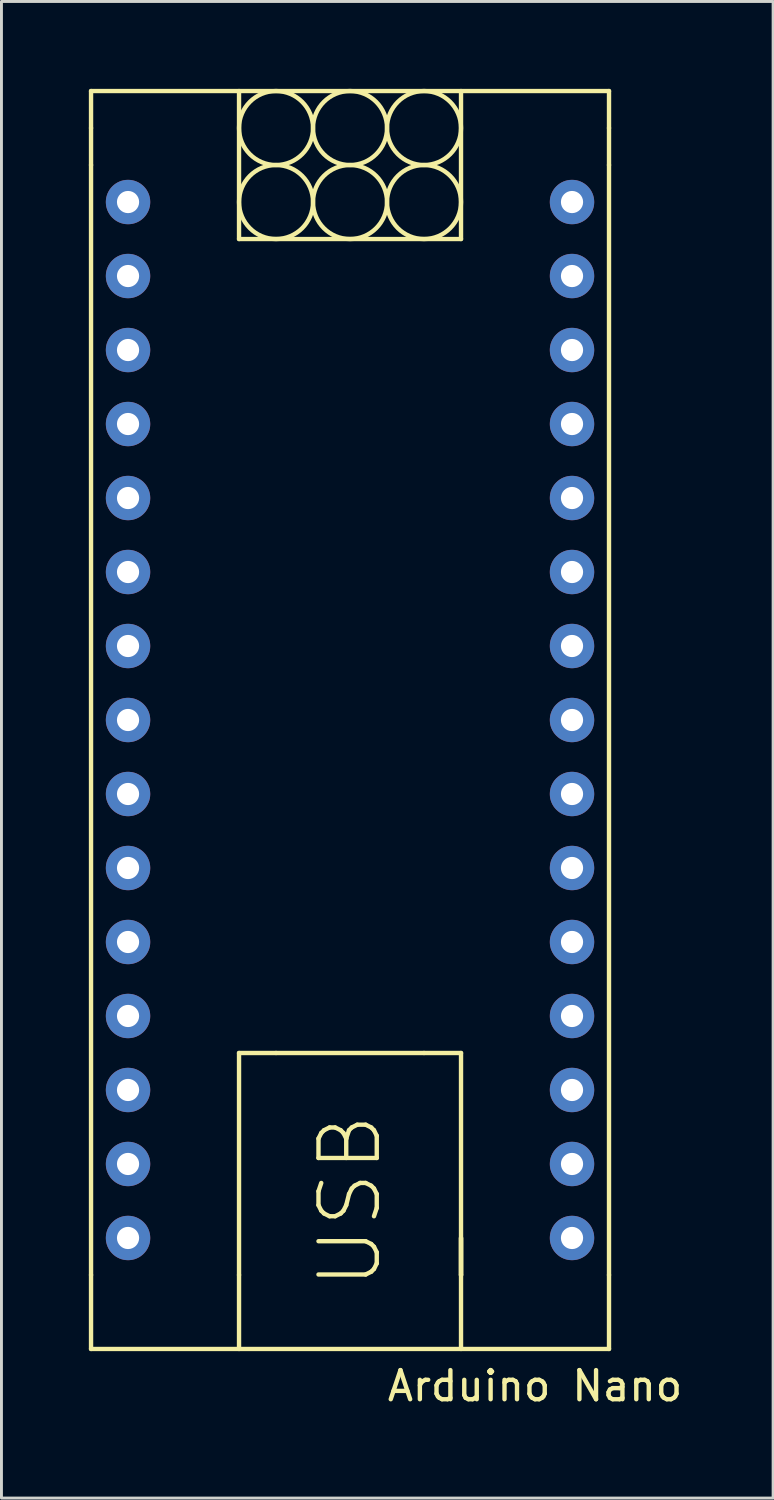
<source format=kicad_pcb>
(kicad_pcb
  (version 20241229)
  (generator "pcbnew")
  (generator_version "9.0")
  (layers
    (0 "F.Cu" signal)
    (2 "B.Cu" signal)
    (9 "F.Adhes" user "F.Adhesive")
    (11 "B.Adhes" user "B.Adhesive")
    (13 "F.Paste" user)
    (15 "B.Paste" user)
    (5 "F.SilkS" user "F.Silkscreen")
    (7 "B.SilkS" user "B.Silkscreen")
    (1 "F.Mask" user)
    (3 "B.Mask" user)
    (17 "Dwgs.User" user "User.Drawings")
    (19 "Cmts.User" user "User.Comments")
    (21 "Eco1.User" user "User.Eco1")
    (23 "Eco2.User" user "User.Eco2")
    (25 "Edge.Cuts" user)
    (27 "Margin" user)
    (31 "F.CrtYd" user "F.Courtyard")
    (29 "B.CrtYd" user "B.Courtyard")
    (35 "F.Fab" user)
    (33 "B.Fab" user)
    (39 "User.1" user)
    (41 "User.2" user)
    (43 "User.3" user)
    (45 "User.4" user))
  (footprint "Arduino Nano"
    (layer "F.Cu")
    (at 8.965 14.045)
    (property "Reference" "Arduino Nano" (at 6.35 30.48 0) (layer "F.SilkS") (effects (font (size 1 1) (thickness 0.15))))
    (attr through_hole)
    (fp_line (start -8.89 -13.97) (end 8.89 -13.97) (stroke (width 0.15) (type solid)) (layer "F.SilkS"))
    (fp_line (start -8.89 -12.7) (end -8.89 -13.97) (stroke (width 0.15) (type solid)) (layer "F.SilkS"))
    (fp_line (start -8.89 -11.43) (end -8.89 -12.7) (stroke (width 0.15) (type solid)) (layer "F.SilkS"))
    (fp_line (start -8.89 -11.43) (end -8.89 26.67) (stroke (width 0.15) (type solid)) (layer "F.SilkS"))
    (fp_line (start -8.89 26.67) (end -8.89 29.21) (stroke (width 0.15) (type solid)) (layer "F.SilkS"))
    (fp_line (start -8.89 29.21) (end 8.89 29.21) (stroke (width 0.15) (type solid)) (layer "F.SilkS"))
    (fp_line (start -3.81 -13.97) (end -3.81 -8.89) (stroke (width 0.15) (type solid)) (layer "F.SilkS"))
    (fp_line (start -3.81 -8.89) (end 3.81 -8.89) (stroke (width 0.15) (type solid)) (layer "F.SilkS"))
    (fp_line (start -3.81 19.05) (end -3.81 26.67) (stroke (width 0.15) (type solid)) (layer "F.SilkS"))
    (fp_line (start -3.81 26.67) (end -3.81 29.21) (stroke (width 0.15) (type solid)) (layer "F.SilkS"))
    (fp_line (start -2.54 19.05) (end -3.81 19.05) (stroke (width 0.15) (type solid)) (layer "F.SilkS"))
    (fp_line (start -2.54 19.05) (end 2.54 19.05) (stroke (width 0.15) (type solid)) (layer "F.SilkS"))
    (fp_line (start 2.54 19.05) (end 3.81 19.05) (stroke (width 0.15) (type solid)) (layer "F.SilkS"))
    (fp_line (start 3.81 -8.89) (end 3.81 -13.97) (stroke (width 0.15) (type solid)) (layer "F.SilkS"))
    (fp_line (start 3.81 19.05) (end 3.81 26.67) (stroke (width 0.15) (type solid)) (layer "F.SilkS"))
    (fp_line (start 3.81 25.4) (end 3.81 26.67) (stroke (width 0.15) (type solid)) (layer "F.SilkS"))
    (fp_line (start 3.81 26.67) (end 3.81 25.4) (stroke (width 0.15) (type solid)) (layer "F.SilkS"))
    (fp_line (start 3.81 26.67) (end 3.81 29.21) (stroke (width 0.15) (type solid)) (layer "F.SilkS"))
    (fp_line (start 8.89 -13.97) (end 8.89 -12.7) (stroke (width 0.15) (type solid)) (layer "F.SilkS"))
    (fp_line (start 8.89 -12.7) (end 8.89 -11.43) (stroke (width 0.15) (type solid)) (layer "F.SilkS"))
    (fp_line (start 8.89 26.67) (end 8.89 -11.43) (stroke (width 0.15) (type solid)) (layer "F.SilkS"))
    (fp_line (start 8.89 29.21) (end 8.89 26.67) (stroke (width 0.15) (type solid)) (layer "F.SilkS"))
    (fp_circle (center -2.54 -12.7) (end -2.54 -11.43) (stroke (width 0.15) (type solid)) (fill no) (layer "F.SilkS"))
    (fp_circle (center -2.54 -10.16) (end -1.27 -10.16) (stroke (width 0.15) (type solid)) (fill no) (layer "F.SilkS"))
    (fp_circle (center 0 -12.7) (end 0 -11.43) (stroke (width 0.15) (type solid)) (fill no) (layer "F.SilkS"))
    (fp_circle (center 0 -10.16) (end 0 -8.89) (stroke (width 0.15) (type solid)) (fill no) (layer "F.SilkS"))
    (fp_circle (center 2.54 -12.7) (end 2.54 -11.43) (stroke (width 0.15) (type solid)) (fill no) (layer "F.SilkS"))
    (fp_circle (center 2.54 -10.16) (end 2.54 -11.43) (stroke (width 0.15) (type solid)) (fill no) (layer "F.SilkS"))
    (fp_text user "USB" (at 0 24.13 90) (layer "F.SilkS") (effects (font (size 2 2) (thickness 0.15))))
    (pad "1" thru_hole circle (at -7.62 -10.16) (size 1.524 1.524) (drill 0.762) (layers "*.Cu" "*.Mask"))
    (pad "2" thru_hole circle (at -7.62 -7.62) (size 1.524 1.524) (drill 0.762) (layers "*.Cu" "*.Mask"))
    (pad "3" thru_hole circle (at -7.62 -5.08) (size 1.524 1.524) (drill 0.762) (layers "*.Cu" "*.Mask"))
    (pad "4" thru_hole circle (at -7.62 -2.54) (size 1.524 1.524) (drill 0.762) (layers "*.Cu" "*.Mask"))
    (pad "5" thru_hole circle (at -7.62 0) (size 1.524 1.524) (drill 0.762) (layers "*.Cu" "*.Mask"))
    (pad "6" thru_hole circle (at -7.62 2.54) (size 1.524 1.524) (drill 0.762) (layers "*.Cu" "*.Mask"))
    (pad "7" thru_hole circle (at -7.62 5.08) (size 1.524 1.524) (drill 0.762) (layers "*.Cu" "*.Mask"))
    (pad "8" thru_hole circle (at -7.62 7.62) (size 1.524 1.524) (drill 0.762) (layers "*.Cu" "*.Mask"))
    (pad "9" thru_hole circle (at -7.62 10.16) (size 1.524 1.524) (drill 0.762) (layers "*.Cu" "*.Mask"))
    (pad "10" thru_hole circle (at -7.62 12.7) (size 1.524 1.524) (drill 0.762) (layers "*.Cu" "*.Mask"))
    (pad "11" thru_hole circle (at -7.62 15.24) (size 1.524 1.524) (drill 0.762) (layers "*.Cu" "*.Mask"))
    (pad "12" thru_hole circle (at -7.62 17.78) (size 1.524 1.524) (drill 0.762) (layers "*.Cu" "*.Mask"))
    (pad "13" thru_hole circle (at -7.62 20.32) (size 1.524 1.524) (drill 0.762) (layers "*.Cu" "*.Mask"))
    (pad "14" thru_hole circle (at -7.62 22.86) (size 1.524 1.524) (drill 0.762) (layers "*.Cu" "*.Mask"))
    (pad "15" thru_hole circle (at -7.62 25.4) (size 1.524 1.524) (drill 0.762) (layers "*.Cu" "*.Mask"))
    (pad "16" thru_hole circle (at 7.62 25.4) (size 1.524 1.524) (drill 0.762) (layers "*.Cu" "*.Mask"))
    (pad "17" thru_hole circle (at 7.62 22.86) (size 1.524 1.524) (drill 0.762) (layers "*.Cu" "*.Mask"))
    (pad "18" thru_hole circle (at 7.62 20.32) (size 1.524 1.524) (drill 0.762) (layers "*.Cu" "*.Mask"))
    (pad "19" thru_hole circle (at 7.62 17.78) (size 1.524 1.524) (drill 0.762) (layers "*.Cu" "*.Mask"))
    (pad "20" thru_hole circle (at 7.62 15.24) (size 1.524 1.524) (drill 0.762) (layers "*.Cu" "*.Mask"))
    (pad "21" thru_hole circle (at 7.62 12.7) (size 1.524 1.524) (drill 0.762) (layers "*.Cu" "*.Mask"))
    (pad "22" thru_hole circle (at 7.62 10.16) (size 1.524 1.524) (drill 0.762) (layers "*.Cu" "*.Mask"))
    (pad "23" thru_hole circle (at 7.62 7.62) (size 1.524 1.524) (drill 0.762) (layers "*.Cu" "*.Mask"))
    (pad "24" thru_hole circle (at 7.62 5.08) (size 1.524 1.524) (drill 0.762) (layers "*.Cu" "*.Mask"))
    (pad "25" thru_hole circle (at 7.62 2.54) (size 1.524 1.524) (drill 0.762) (layers "*.Cu" "*.Mask"))
    (pad "26" thru_hole circle (at 7.62 0) (size 1.524 1.524) (drill 0.762) (layers "*.Cu" "*.Mask"))
    (pad "27" thru_hole circle (at 7.62 -2.54) (size 1.524 1.524) (drill 0.762) (layers "*.Cu" "*.Mask"))
    (pad "28" thru_hole circle (at 7.62 -5.08) (size 1.524 1.524) (drill 0.762) (layers "*.Cu" "*.Mask"))
    (pad "29" thru_hole circle (at 7.62 -7.62) (size 1.524 1.524) (drill 0.762) (layers "*.Cu" "*.Mask"))
    (pad "30" thru_hole circle (at 7.62 -10.16) (size 1.524 1.524) (drill 0.762) (layers "*.Cu" "*.Mask")))
  (gr_rect
    (start -3 -3)
    (end 23.488 48.373)
    (stroke (width 0.1) (type default))
    (fill no)
    (layer "Edge.Cuts")))
</source>
